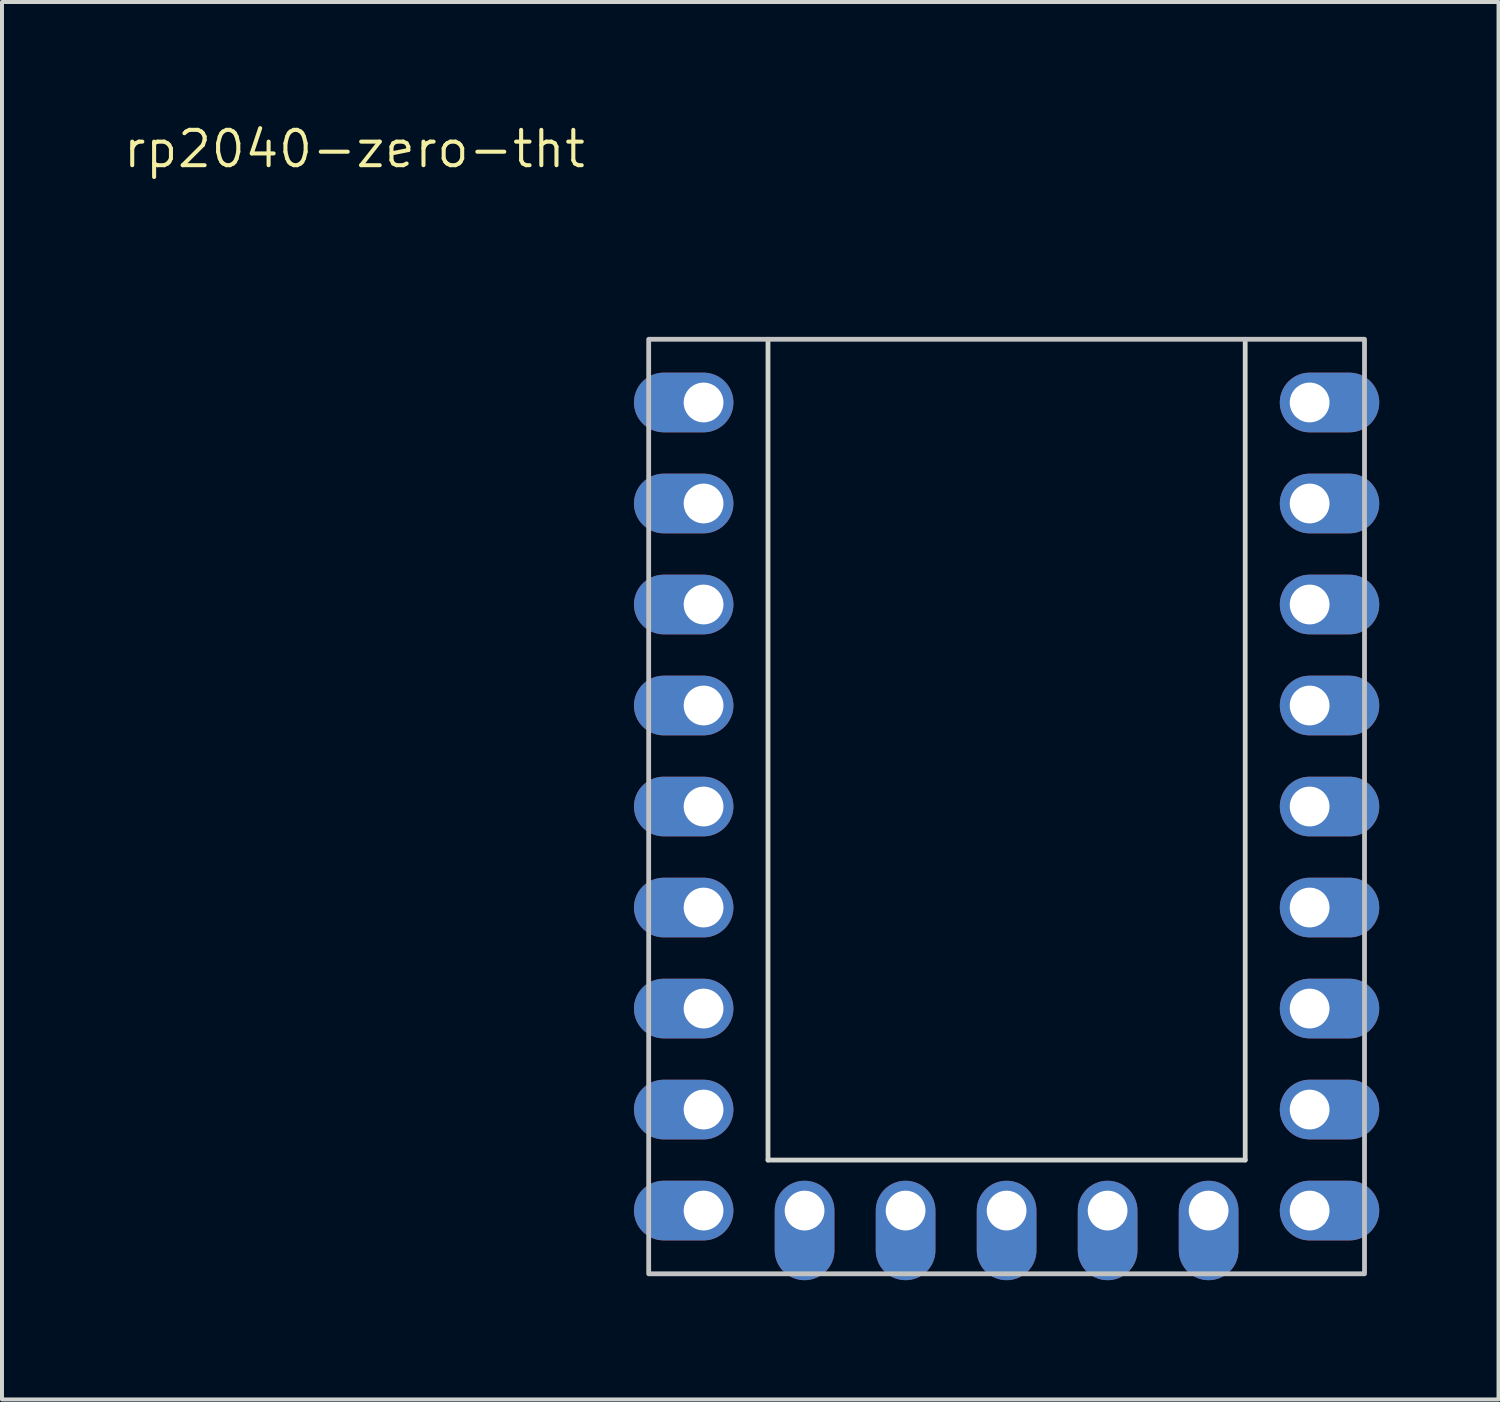
<source format=kicad_pcb>
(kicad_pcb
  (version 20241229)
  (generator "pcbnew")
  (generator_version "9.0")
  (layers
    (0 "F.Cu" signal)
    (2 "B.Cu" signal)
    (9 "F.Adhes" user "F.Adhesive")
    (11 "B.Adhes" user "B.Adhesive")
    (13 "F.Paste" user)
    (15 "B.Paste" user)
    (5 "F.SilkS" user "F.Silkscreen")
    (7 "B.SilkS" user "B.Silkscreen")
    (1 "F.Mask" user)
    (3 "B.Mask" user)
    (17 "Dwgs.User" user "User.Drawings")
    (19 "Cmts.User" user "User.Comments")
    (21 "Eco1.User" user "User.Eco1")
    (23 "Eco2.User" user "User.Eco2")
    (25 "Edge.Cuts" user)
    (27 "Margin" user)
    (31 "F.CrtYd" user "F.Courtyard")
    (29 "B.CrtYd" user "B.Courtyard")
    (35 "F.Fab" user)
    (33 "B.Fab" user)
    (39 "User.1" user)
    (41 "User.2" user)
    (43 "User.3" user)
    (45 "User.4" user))
  (footprint "rp2040-zero-tht"
    (layer "F.Cu")
    (at 22.262 17.231)
    (property "Reference" "rp2040-zero-tht" (at -16.399 -16.533 0) (layer "F.SilkS") (effects (font (size 0.889 0.889) (thickness 0.102))))
    (attr through_hole exclude_from_pos_files)
    (fp_rect (start -9 -11.75) (end 9 11.75) (stroke (width 0.12) (type solid)) (fill no) (layer "Dwgs.User"))
    (fp_line (start -6 -11.75) (end -6 8.89) (stroke (width 0.12) (type solid)) (layer "Edge.Cuts"))
    (fp_line (start -6 8.89) (end 6 8.89) (stroke (width 0.12) (type solid)) (layer "Edge.Cuts"))
    (fp_line (start 6 8.89) (end 6 -11.75) (stroke (width 0.12) (type solid)) (layer "Edge.Cuts"))
    (pad "1" thru_hole oval (at 7.62 -10.16 180) (size 2.5 1.5) (drill 1 (offset -0.5 0)) (layers "*.Cu" "*.Mask"))
    (pad "2" thru_hole oval (at 7.62 -7.62 180) (size 2.5 1.5) (drill 1 (offset -0.5 0)) (layers "*.Cu" "*.Mask"))
    (pad "3" thru_hole oval (at 7.62 -5.08 180) (size 2.5 1.5) (drill 1 (offset -0.5 0)) (layers "*.Cu" "*.Mask"))
    (pad "4" thru_hole oval (at 7.62 -2.54 180) (size 2.5 1.5) (drill 1 (offset -0.5 0)) (layers "*.Cu" "*.Mask"))
    (pad "5" thru_hole oval (at 7.62 0 180) (size 2.5 1.5) (drill 1 (offset -0.5 0)) (layers "*.Cu" "*.Mask"))
    (pad "6" thru_hole oval (at 7.62 2.54 180) (size 2.5 1.5) (drill 1 (offset -0.5 0)) (layers "*.Cu" "*.Mask"))
    (pad "7" thru_hole oval (at 7.62 5.08 180) (size 2.5 1.5) (drill 1 (offset -0.5 0)) (layers "*.Cu" "*.Mask"))
    (pad "8" thru_hole oval (at 7.62 7.62 180) (size 2.5 1.5) (drill 1 (offset -0.5 0)) (layers "*.Cu" "*.Mask"))
    (pad "9" thru_hole oval (at 7.62 10.16 180) (size 2.5 1.5) (drill 1 (offset -0.5 0)) (layers "*.Cu" "*.Mask"))
    (pad "10" thru_hole oval (at 5.08 10.16 90) (size 2.5 1.5) (drill 1 (offset -0.5 0)) (layers "*.Cu" "*.Mask"))
    (pad "11" thru_hole oval (at 2.54 10.16 90) (size 2.5 1.5) (drill 1 (offset -0.5 0)) (layers "*.Cu" "*.Mask"))
    (pad "12" thru_hole oval (at 0 10.16 90) (size 2.5 1.5) (drill 1 (offset -0.5 0)) (layers "*.Cu" "*.Mask"))
    (pad "13" thru_hole oval (at -2.54 10.16 90) (size 2.5 1.5) (drill 1 (offset -0.5 0)) (layers "*.Cu" "*.Mask"))
    (pad "14" thru_hole oval (at -5.08 10.16 90) (size 2.5 1.5) (drill 1 (offset -0.5 0)) (layers "*.Cu" "*.Mask"))
    (pad "15" thru_hole oval (at -7.62 10.16) (size 2.5 1.5) (drill 1 (offset -0.5 0)) (layers "*.Cu" "*.Mask"))
    (pad "16" thru_hole oval (at -7.62 7.62) (size 2.5 1.5) (drill 1 (offset -0.5 0)) (layers "*.Cu" "*.Mask"))
    (pad "17" thru_hole oval (at -7.62 5.08) (size 2.5 1.5) (drill 1 (offset -0.5 0)) (layers "*.Cu" "*.Mask"))
    (pad "18" thru_hole oval (at -7.62 2.54) (size 2.5 1.5) (drill 1 (offset -0.5 0)) (layers "*.Cu" "*.Mask"))
    (pad "19" thru_hole oval (at -7.62 0) (size 2.5 1.5) (drill 1 (offset -0.5 0)) (layers "*.Cu" "*.Mask"))
    (pad "20" thru_hole oval (at -7.62 -2.54) (size 2.5 1.5) (drill 1 (offset -0.5 0)) (layers "*.Cu" "*.Mask"))
    (pad "21" thru_hole oval (at -7.62 -5.08) (size 2.5 1.5) (drill 1 (offset -0.5 0)) (layers "*.Cu" "*.Mask"))
    (pad "22" thru_hole oval (at -7.62 -7.62) (size 2.5 1.5) (drill 1 (offset -0.5 0)) (layers "*.Cu" "*.Mask"))
    (pad "23" thru_hole oval (at -7.62 -10.16) (size 2.5 1.5) (drill 1 (offset -0.5 0)) (layers "*.Cu" "*.Mask")))
  (gr_rect
    (start -3 -3)
    (end 34.632 32.141)
    (stroke (width 0.1) (type default))
    (fill no)
    (layer "Edge.Cuts")))
</source>
